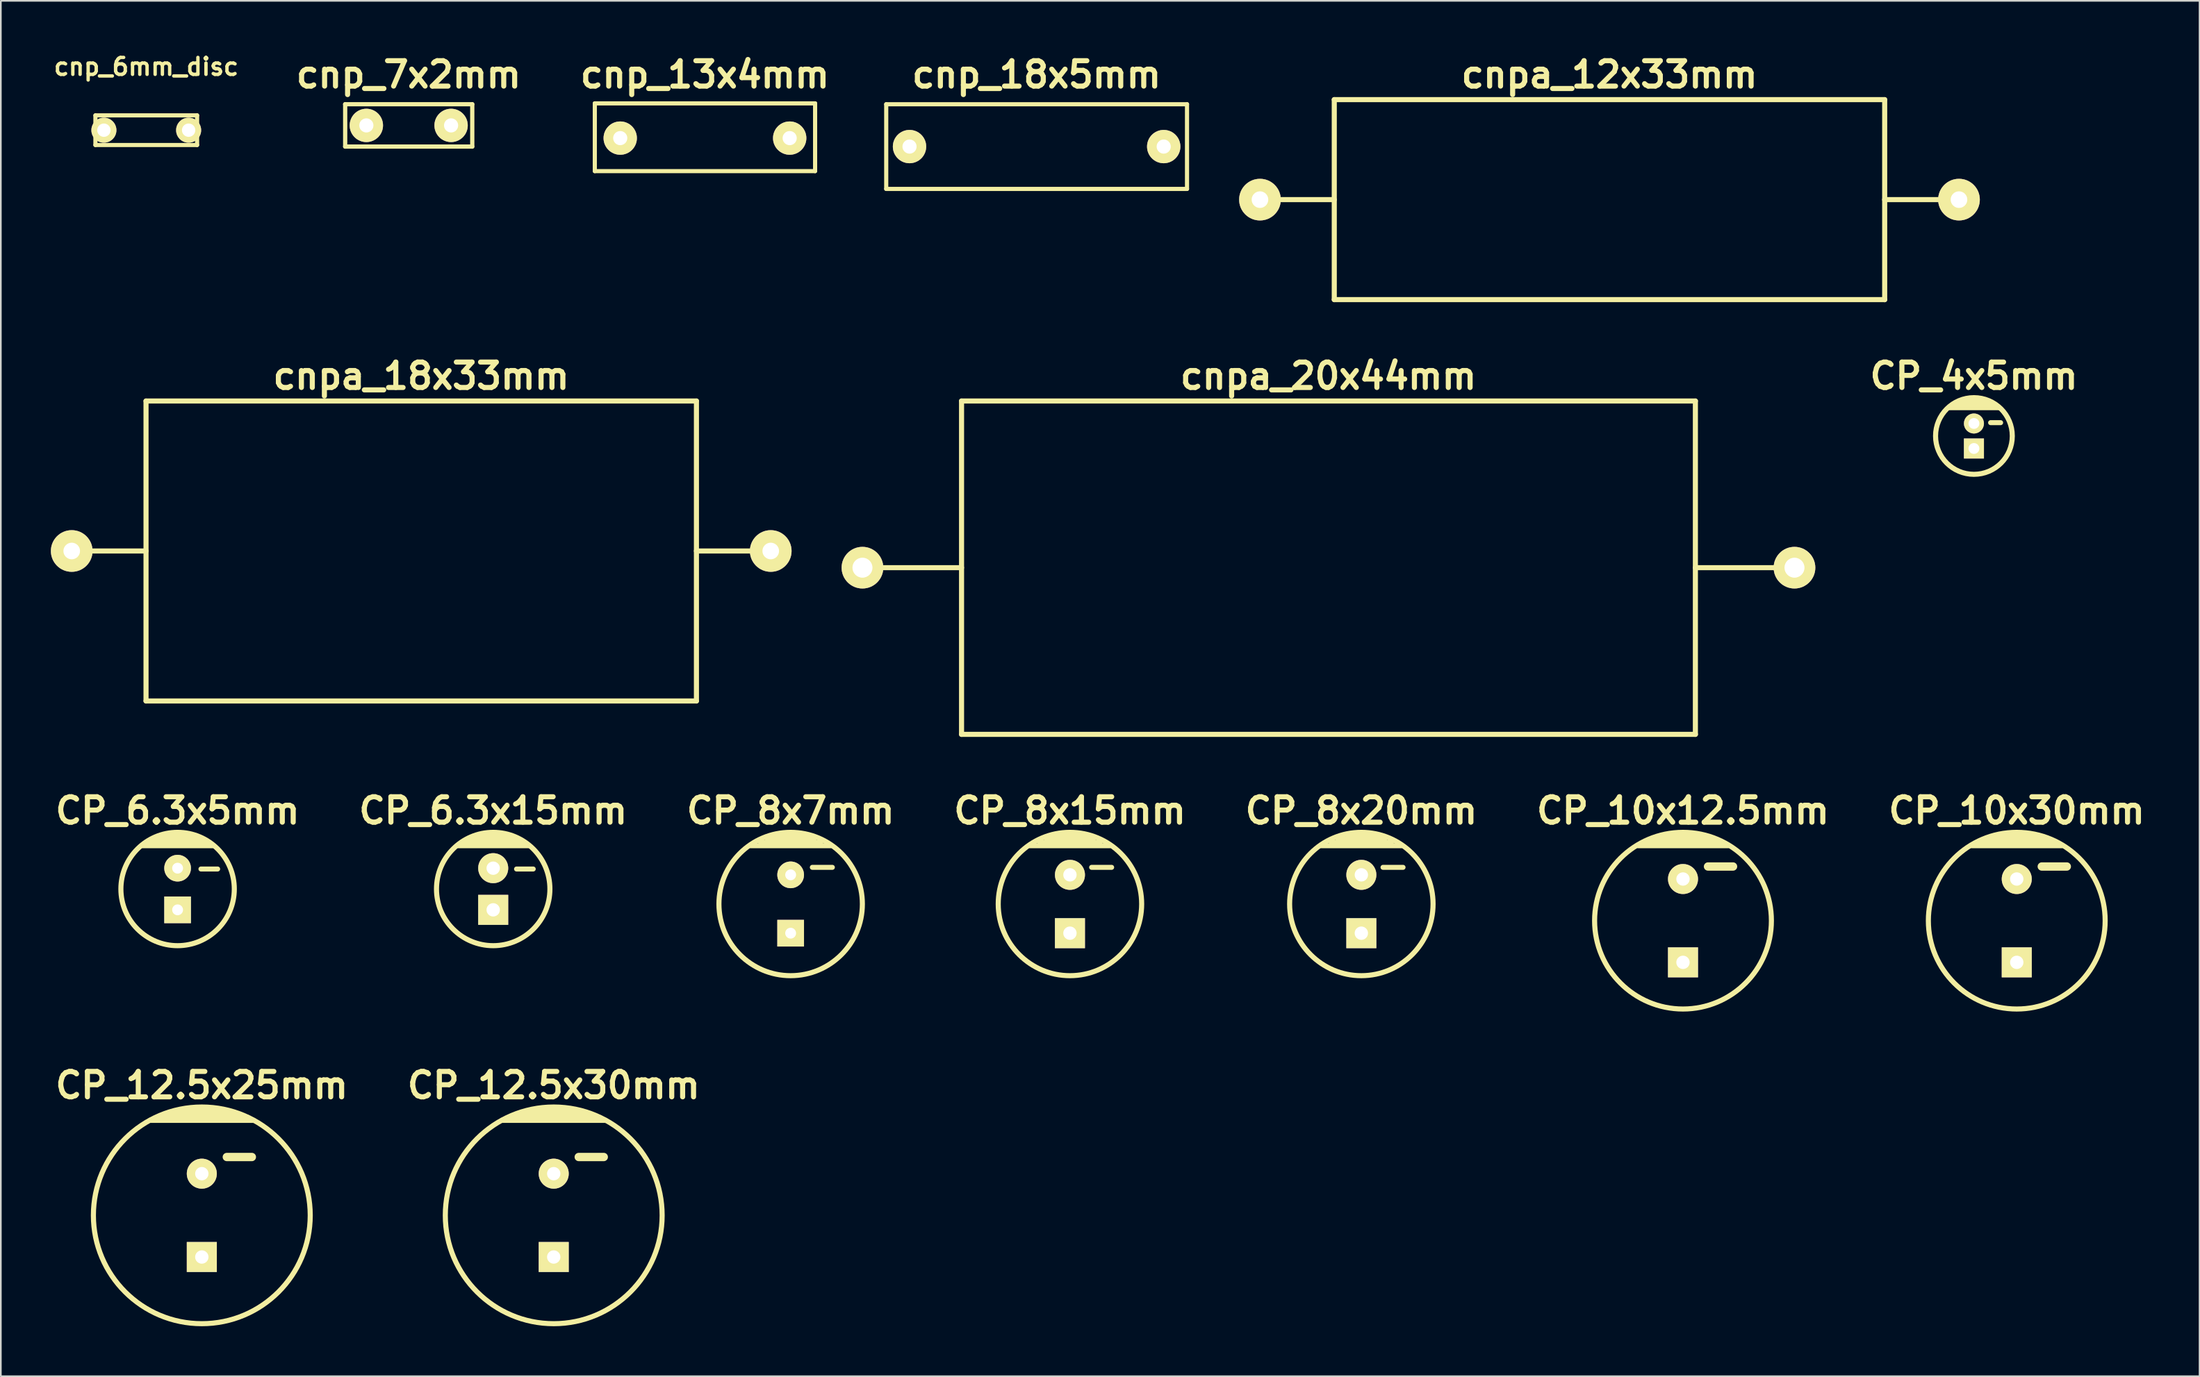
<source format=kicad_pcb>
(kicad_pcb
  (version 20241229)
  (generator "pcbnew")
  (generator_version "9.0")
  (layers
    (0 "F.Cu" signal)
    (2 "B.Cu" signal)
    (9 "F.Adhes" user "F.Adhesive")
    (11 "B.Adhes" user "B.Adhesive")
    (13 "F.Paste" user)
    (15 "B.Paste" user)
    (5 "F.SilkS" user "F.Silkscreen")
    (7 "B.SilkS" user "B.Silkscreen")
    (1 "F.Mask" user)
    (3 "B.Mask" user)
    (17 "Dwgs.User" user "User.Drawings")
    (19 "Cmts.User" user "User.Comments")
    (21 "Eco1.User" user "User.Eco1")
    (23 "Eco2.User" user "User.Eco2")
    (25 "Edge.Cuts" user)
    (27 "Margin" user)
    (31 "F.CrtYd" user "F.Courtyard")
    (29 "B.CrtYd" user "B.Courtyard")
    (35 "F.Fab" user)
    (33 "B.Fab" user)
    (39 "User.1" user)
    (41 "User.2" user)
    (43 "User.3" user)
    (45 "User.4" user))
  (footprint "CP_10x30mm"
    (layer "F.Cu")
    (at 117.866 52.188)
    (property "Reference" "CP_10x30mm" (at 0 -6.6 0) (layer "F.SilkS") (effects (font (size 1.524 1.524) (thickness 0.305))))
    (attr through_hole)
    (fp_line (start -2.7 -4.5) (end 2.7 -4.5) (stroke (width 0.305) (type solid)) (layer "F.SilkS"))
    (fp_line (start -1.3 -5.1) (end 1.3 -5.1) (stroke (width 0.305) (type solid)) (layer "F.SilkS"))
    (fp_line (start 1.5 -3.25) (end 3 -3.25) (stroke (width 0.5) (type solid)) (layer "F.SilkS"))
    (fp_line (start 1.9 -4.9) (end -1.9 -4.9) (stroke (width 0.305) (type solid)) (layer "F.SilkS"))
    (fp_line (start 2.3 -4.7) (end -2.3 -4.7) (stroke (width 0.305) (type solid)) (layer "F.SilkS"))
    (fp_circle (center 0 0) (end -5.3 0) (stroke (width 0.305) (type solid)) (fill no) (layer "F.SilkS"))
    (pad "1" thru_hole rect (at 0 2.5) (size 1.8 1.8) (drill 0.8) (layers "*.Cu" "*.Mask" "F.SilkS"))
    (pad "2" thru_hole circle (at 0 -2.5) (size 1.8 1.8) (drill 0.8) (layers "*.Cu" "*.Mask" "F.SilkS")))
  (footprint "cnp_7x2mm"
    (layer "F.Cu")
    (at 21.455 4.474)
    (property "Reference" "cnp_7x2mm" (at 0 -3.048 0) (layer "F.SilkS") (effects (font (size 1.524 1.524) (thickness 0.305))))
    (attr through_hole)
    (fp_line (start -3.81 -1.27) (end 3.81 -1.27) (stroke (width 0.254) (type solid)) (layer "F.SilkS"))
    (fp_line (start -3.81 1.27) (end -3.81 -1.27) (stroke (width 0.254) (type solid)) (layer "F.SilkS"))
    (fp_line (start 3.81 -1.27) (end 3.81 1.27) (stroke (width 0.254) (type solid)) (layer "F.SilkS"))
    (fp_line (start 3.81 1.27) (end -3.81 1.27) (stroke (width 0.254) (type solid)) (layer "F.SilkS"))
    (pad "1" thru_hole circle (at -2.54 0) (size 1.999 1.999) (drill 0.848) (layers "*.Cu" "*.Mask" "F.SilkS"))
    (pad "2" thru_hole circle (at 2.54 0) (size 1.999 1.999) (drill 0.848) (layers "*.Cu" "*.Mask" "F.SilkS")))
  (footprint "CP_8x7mm"
    (layer "F.Cu")
    (at 44.354 51.188)
    (property "Reference" "CP_8x7mm" (at 0 -5.6 0) (layer "F.SilkS") (effects (font (size 1.524 1.524) (thickness 0.305))))
    (attr through_hole)
    (fp_line (start -2.4 -3.5) (end 2.4 -3.5) (stroke (width 0.305) (type solid)) (layer "F.SilkS"))
    (fp_line (start -1.8 -3.7) (end 1.8 -3.7) (stroke (width 0.305) (type solid)) (layer "F.SilkS"))
    (fp_line (start -1.4 -3.9) (end 1.4 -3.9) (stroke (width 0.305) (type solid)) (layer "F.SilkS"))
    (fp_line (start -0.8 -4.1) (end 0.9 -4.1) (stroke (width 0.305) (type solid)) (layer "F.SilkS"))
    (fp_line (start 1.3 -2.2) (end 2.5 -2.2) (stroke (width 0.3) (type solid)) (layer "F.SilkS"))
    (fp_circle (center 0 0) (end -4.3 0) (stroke (width 0.305) (type solid)) (fill no) (layer "F.SilkS"))
    (pad "1" thru_hole rect (at 0 1.75) (size 1.6 1.6) (drill 0.65) (layers "*.Cu" "*.Mask" "F.SilkS"))
    (pad "2" thru_hole circle (at 0 -1.75) (size 1.6 1.6) (drill 0.65) (layers "*.Cu" "*.Mask" "F.SilkS")))
  (footprint "CP_8x15mm"
    (layer "F.Cu")
    (at 61.099 51.188)
    (property "Reference" "CP_8x15mm" (at 0 -5.6 0) (layer "F.SilkS") (effects (font (size 1.524 1.524) (thickness 0.305))))
    (attr through_hole)
    (fp_line (start -2.4 -3.5) (end 2.4 -3.5) (stroke (width 0.305) (type solid)) (layer "F.SilkS"))
    (fp_line (start -1.8 -3.7) (end 1.8 -3.7) (stroke (width 0.305) (type solid)) (layer "F.SilkS"))
    (fp_line (start -1.4 -3.9) (end 1.4 -3.9) (stroke (width 0.305) (type solid)) (layer "F.SilkS"))
    (fp_line (start -0.8 -4.1) (end 0.9 -4.1) (stroke (width 0.305) (type solid)) (layer "F.SilkS"))
    (fp_line (start 1.3 -2.2) (end 2.5 -2.2) (stroke (width 0.3) (type solid)) (layer "F.SilkS"))
    (fp_circle (center 0 0) (end -4.3 0) (stroke (width 0.305) (type solid)) (fill no) (layer "F.SilkS"))
    (pad "1" thru_hole rect (at 0 1.75) (size 1.8 1.8) (drill 0.8) (layers "*.Cu" "*.Mask" "F.SilkS"))
    (pad "2" thru_hole circle (at 0 -1.75) (size 1.8 1.8) (drill 0.8) (layers "*.Cu" "*.Mask" "F.SilkS")))
  (footprint "cnp_18x5mm"
    (layer "F.Cu")
    (at 59.101 5.744)
    (property "Reference" "cnp_18x5mm" (at 0 -4.318 0) (layer "F.SilkS") (effects (font (size 1.524 1.524) (thickness 0.305))))
    (attr through_hole)
    (fp_line (start -9.017 -2.54) (end -9.017 2.54) (stroke (width 0.249) (type solid)) (layer "F.SilkS"))
    (fp_line (start -9.017 2.54) (end 9.017 2.54) (stroke (width 0.249) (type solid)) (layer "F.SilkS"))
    (fp_line (start 9.017 -2.54) (end -9.017 -2.54) (stroke (width 0.249) (type solid)) (layer "F.SilkS"))
    (fp_line (start 9.017 2.54) (end 9.017 -2.54) (stroke (width 0.249) (type solid)) (layer "F.SilkS"))
    (pad "1" thru_hole circle (at -7.62 0) (size 1.999 1.999) (drill 0.848) (layers "*.Cu" "*.Mask" "F.SilkS"))
    (pad "2" thru_hole circle (at 7.62 0) (size 1.999 1.999) (drill 0.848) (layers "*.Cu" "*.Mask" "F.SilkS")))
  (footprint "cnpa_12x33mm"
    (layer "F.Cu")
    (at 93.447 8.927)
    (property "Reference" "cnpa_12x33mm" (at 0 -7.501 0) (layer "F.SilkS") (effects (font (size 1.524 1.524) (thickness 0.305))))
    (attr through_hole)
    (fp_line (start -16.5 -5.999) (end 16.5 -5.999) (stroke (width 0.305) (type solid)) (layer "F.SilkS"))
    (fp_line (start -16.5 0) (end -21.001 0) (stroke (width 0.305) (type solid)) (layer "F.SilkS"))
    (fp_line (start -16.5 5.999) (end -16.5 -5.999) (stroke (width 0.305) (type solid)) (layer "F.SilkS"))
    (fp_line (start 16.5 5.999) (end -16.5 5.999) (stroke (width 0.305) (type solid)) (layer "F.SilkS"))
    (fp_line (start 16.5 6.002) (end 16.5 -5.997) (stroke (width 0.305) (type solid)) (layer "F.SilkS"))
    (fp_line (start 20.998 0) (end 16.497 0) (stroke (width 0.305) (type solid)) (layer "F.SilkS"))
    (pad "1" thru_hole circle (at 20.955 0) (size 2.499 2.499) (drill 0.996) (layers "*.Cu" "*.Mask" "F.SilkS"))
    (pad "2" thru_hole circle (at -20.955 0) (size 2.499 2.499) (drill 0.996) (layers "*.Cu" "*.Mask" "F.SilkS")))
  (footprint "CP_6.3x15mm"
    (layer "F.Cu")
    (at 26.52 50.288)
    (property "Reference" "CP_6.3x15mm" (at 0 -4.7 0) (layer "F.SilkS") (effects (font (size 1.524 1.524) (thickness 0.305))))
    (attr through_hole)
    (fp_line (start -2.1 -2.6) (end 2.1 -2.6) (stroke (width 0.305) (type solid)) (layer "F.SilkS"))
    (fp_line (start -1.8 -2.8) (end 1.8 -2.8) (stroke (width 0.305) (type solid)) (layer "F.SilkS"))
    (fp_line (start -1.4 -3) (end 1.4 -3) (stroke (width 0.305) (type solid)) (layer "F.SilkS"))
    (fp_line (start -0.8 -3.2) (end 0.9 -3.2) (stroke (width 0.305) (type solid)) (layer "F.SilkS"))
    (fp_line (start 1.4 -1.2) (end 2.4 -1.2) (stroke (width 0.3) (type solid)) (layer "F.SilkS"))
    (fp_circle (center 0 0) (end -3.4 0) (stroke (width 0.305) (type solid)) (fill no) (layer "F.SilkS"))
    (pad "1" thru_hole rect (at 0 1.25) (size 1.8 1.8) (drill 0.8) (layers "*.Cu" "*.Mask" "F.SilkS"))
    (pad "2" thru_hole circle (at 0 -1.25) (size 1.8 1.8) (drill 0.8) (layers "*.Cu" "*.Mask" "F.SilkS")))
  (footprint "cnp_6mm_disc"
    (layer "F.Cu")
    (at 5.719 4.761)
    (property "Reference" "cnp_6mm_disc" (at 0 -3.81 0) (layer "F.SilkS") (effects (font (size 1.016 1.016) (thickness 0.203))))
    (attr through_hole)
    (fp_line (start -3.048 -0.889) (end -3.048 0.889) (stroke (width 0.249) (type solid)) (layer "F.SilkS"))
    (fp_line (start -3.048 0.889) (end 3.048 0.889) (stroke (width 0.249) (type solid)) (layer "F.SilkS"))
    (fp_line (start 3.048 -0.889) (end -3.048 -0.889) (stroke (width 0.249) (type solid)) (layer "F.SilkS"))
    (fp_line (start 3.048 0.889) (end 3.048 -0.889) (stroke (width 0.249) (type solid)) (layer "F.SilkS"))
    (pad "1" thru_hole circle (at -2.54 0) (size 1.501 1.501) (drill 0.8) (layers "*.Cu" "*.Mask" "F.SilkS"))
    (pad "2" thru_hole circle (at 2.54 0) (size 1.501 1.501) (drill 0.8) (layers "*.Cu" "*.Mask" "F.SilkS")))
  (footprint "CP_6.3x5mm"
    (layer "F.Cu")
    (at 7.598 50.288)
    (property "Reference" "CP_6.3x5mm" (at 0 -4.7 0) (layer "F.SilkS") (effects (font (size 1.524 1.524) (thickness 0.305))))
    (attr through_hole)
    (fp_line (start -2.1 -2.6) (end 2.1 -2.6) (stroke (width 0.305) (type solid)) (layer "F.SilkS"))
    (fp_line (start -1.8 -2.8) (end 1.8 -2.8) (stroke (width 0.305) (type solid)) (layer "F.SilkS"))
    (fp_line (start -1.4 -3) (end 1.4 -3) (stroke (width 0.305) (type solid)) (layer "F.SilkS"))
    (fp_line (start -0.8 -3.2) (end 0.9 -3.2) (stroke (width 0.305) (type solid)) (layer "F.SilkS"))
    (fp_line (start 1.4 -1.2) (end 2.4 -1.2) (stroke (width 0.3) (type solid)) (layer "F.SilkS"))
    (fp_circle (center 0 0) (end -3.4 0) (stroke (width 0.305) (type solid)) (fill no) (layer "F.SilkS"))
    (pad "1" thru_hole rect (at 0 1.25) (size 1.6 1.6) (drill 0.65) (layers "*.Cu" "*.Mask" "F.SilkS"))
    (pad "2" thru_hole circle (at 0 -1.25) (size 1.6 1.6) (drill 0.65) (layers "*.Cu" "*.Mask" "F.SilkS")))
  (footprint "CP_4x5mm"
    (layer "F.Cu")
    (at 115.298 23.108)
    (property "Reference" "CP_4x5mm" (at 0 -3.6 0) (layer "F.SilkS") (effects (font (size 1.524 1.524) (thickness 0.305))))
    (attr through_hole)
    (fp_line (start -1.5 -1.7) (end 1.5 -1.7) (stroke (width 0.305) (type solid)) (layer "F.SilkS"))
    (fp_line (start -1.2 -1.9) (end 1.2 -1.9) (stroke (width 0.305) (type solid)) (layer "F.SilkS"))
    (fp_line (start -0.7 -2.1) (end 0.7 -2.1) (stroke (width 0.305) (type solid)) (layer "F.SilkS"))
    (fp_line (start 1 -0.8) (end 1.6 -0.8) (stroke (width 0.3) (type solid)) (layer "F.SilkS"))
    (fp_circle (center 0 0) (end -2.3 0) (stroke (width 0.305) (type solid)) (fill no) (layer "F.SilkS"))
    (pad "1" thru_hole rect (at 0 0.75) (size 1.2 1.2) (drill 0.65) (layers "*.Cu" "*.Mask" "F.SilkS"))
    (pad "2" thru_hole circle (at 0 -0.75) (size 1.2 1.2) (drill 0.65) (layers "*.Cu" "*.Mask" "F.SilkS")))
  (footprint "CP_12.5x30mm"
    (layer "F.Cu")
    (at 30.149 69.867)
    (property "Reference" "CP_12.5x30mm" (at 0 -7.8 0) (layer "F.SilkS") (effects (font (size 1.524 1.524) (thickness 0.305))))
    (attr through_hole)
    (fp_line (start -3.1 -5.7) (end 3.1 -5.7) (stroke (width 0.305) (type solid)) (layer "F.SilkS"))
    (fp_line (start -1.4 -6.3) (end 1.4 -6.3) (stroke (width 0.305) (type solid)) (layer "F.SilkS"))
    (fp_line (start 1.5 -3.5) (end 3 -3.5) (stroke (width 0.5) (type solid)) (layer "F.SilkS"))
    (fp_line (start 2 -6.1) (end -2 -6.1) (stroke (width 0.305) (type solid)) (layer "F.SilkS"))
    (fp_line (start 2.4 -5.9) (end -2.4 -5.9) (stroke (width 0.305) (type solid)) (layer "F.SilkS"))
    (fp_circle (center 0 0) (end -6.5 0) (stroke (width 0.305) (type solid)) (fill no) (layer "F.SilkS"))
    (pad "1" thru_hole rect (at 0 2.5) (size 1.8 1.8) (drill 0.8) (layers "*.Cu" "*.Mask" "F.SilkS"))
    (pad "2" thru_hole circle (at 0 -2.5) (size 1.8 1.8) (drill 0.8) (layers "*.Cu" "*.Mask" "F.SilkS")))
  (footprint "CP_10x12.5mm"
    (layer "F.Cu")
    (at 97.855 52.188)
    (property "Reference" "CP_10x12.5mm" (at 0 -6.6 0) (layer "F.SilkS") (effects (font (size 1.524 1.524) (thickness 0.305))))
    (attr through_hole)
    (fp_line (start -2.7 -4.5) (end 2.7 -4.5) (stroke (width 0.305) (type solid)) (layer "F.SilkS"))
    (fp_line (start -1.3 -5.1) (end 1.3 -5.1) (stroke (width 0.305) (type solid)) (layer "F.SilkS"))
    (fp_line (start 1.5 -3.25) (end 3 -3.25) (stroke (width 0.5) (type solid)) (layer "F.SilkS"))
    (fp_line (start 1.9 -4.9) (end -1.9 -4.9) (stroke (width 0.305) (type solid)) (layer "F.SilkS"))
    (fp_line (start 2.3 -4.7) (end -2.3 -4.7) (stroke (width 0.305) (type solid)) (layer "F.SilkS"))
    (fp_circle (center 0 0) (end -5.3 0) (stroke (width 0.305) (type solid)) (fill no) (layer "F.SilkS"))
    (pad "1" thru_hole rect (at 0 2.5) (size 1.8 1.8) (drill 0.8) (layers "*.Cu" "*.Mask" "F.SilkS"))
    (pad "2" thru_hole circle (at 0 -2.5) (size 1.8 1.8) (drill 0.8) (layers "*.Cu" "*.Mask" "F.SilkS")))
  (footprint "cnp_13x4mm"
    (layer "F.Cu")
    (at 39.216 5.236)
    (property "Reference" "cnp_13x4mm" (at 0 -3.81 0) (layer "F.SilkS") (effects (font (size 1.524 1.524) (thickness 0.305))))
    (attr through_hole)
    (fp_line (start -6.604 -2.083) (end -6.604 1.981) (stroke (width 0.249) (type solid)) (layer "F.SilkS"))
    (fp_line (start -6.604 -2.083) (end 6.604 -2.083) (stroke (width 0.249) (type solid)) (layer "F.SilkS"))
    (fp_line (start 6.604 1.981) (end -6.604 1.981) (stroke (width 0.249) (type solid)) (layer "F.SilkS"))
    (fp_line (start 6.604 1.981) (end 6.604 -2.083) (stroke (width 0.249) (type solid)) (layer "F.SilkS"))
    (pad "1" thru_hole circle (at -5.08 0) (size 1.999 1.999) (drill 0.848) (layers "*.Cu" "*.Mask" "F.SilkS"))
    (pad "2" thru_hole circle (at 5.08 0) (size 1.999 1.999) (drill 0.848) (layers "*.Cu" "*.Mask" "F.SilkS")))
  (footprint "CP_12.5x25mm"
    (layer "F.Cu")
    (at 9.05 69.867)
    (property "Reference" "CP_12.5x25mm" (at 0 -7.8 0) (layer "F.SilkS") (effects (font (size 1.524 1.524) (thickness 0.305))))
    (attr through_hole)
    (fp_line (start -3.1 -5.7) (end 3.1 -5.7) (stroke (width 0.305) (type solid)) (layer "F.SilkS"))
    (fp_line (start -1.4 -6.3) (end 1.4 -6.3) (stroke (width 0.305) (type solid)) (layer "F.SilkS"))
    (fp_line (start 1.5 -3.5) (end 3 -3.5) (stroke (width 0.5) (type solid)) (layer "F.SilkS"))
    (fp_line (start 2 -6.1) (end -2 -6.1) (stroke (width 0.305) (type solid)) (layer "F.SilkS"))
    (fp_line (start 2.4 -5.9) (end -2.4 -5.9) (stroke (width 0.305) (type solid)) (layer "F.SilkS"))
    (fp_circle (center 0 0) (end -6.5 0) (stroke (width 0.305) (type solid)) (fill no) (layer "F.SilkS"))
    (pad "1" thru_hole rect (at 0 2.5) (size 1.8 1.8) (drill 0.8) (layers "*.Cu" "*.Mask" "F.SilkS"))
    (pad "2" thru_hole circle (at 0 -2.5) (size 1.8 1.8) (drill 0.8) (layers "*.Cu" "*.Mask" "F.SilkS")))
  (footprint "CP_8x20mm"
    (layer "F.Cu")
    (at 78.57 51.188)
    (property "Reference" "CP_8x20mm" (at 0 -5.6 0) (layer "F.SilkS") (effects (font (size 1.524 1.524) (thickness 0.305))))
    (attr through_hole)
    (fp_line (start -2.4 -3.5) (end 2.4 -3.5) (stroke (width 0.305) (type solid)) (layer "F.SilkS"))
    (fp_line (start -1.8 -3.7) (end 1.8 -3.7) (stroke (width 0.305) (type solid)) (layer "F.SilkS"))
    (fp_line (start -1.4 -3.9) (end 1.4 -3.9) (stroke (width 0.305) (type solid)) (layer "F.SilkS"))
    (fp_line (start -0.8 -4.1) (end 0.9 -4.1) (stroke (width 0.305) (type solid)) (layer "F.SilkS"))
    (fp_line (start 1.3 -2.2) (end 2.5 -2.2) (stroke (width 0.3) (type solid)) (layer "F.SilkS"))
    (fp_circle (center 0 0) (end -4.3 0) (stroke (width 0.305) (type solid)) (fill no) (layer "F.SilkS"))
    (pad "1" thru_hole rect (at 0 1.75) (size 1.8 1.8) (drill 0.8) (layers "*.Cu" "*.Mask" "F.SilkS"))
    (pad "2" thru_hole circle (at 0 -1.75) (size 1.8 1.8) (drill 0.8) (layers "*.Cu" "*.Mask" "F.SilkS")))
  (footprint "cnpa_20x44mm"
    (layer "F.Cu")
    (at 76.599 31.009)
    (property "Reference" "cnpa_20x44mm" (at 0 -11.501 0) (layer "F.SilkS") (effects (font (size 1.524 1.524) (thickness 0.305))))
    (attr through_hole)
    (fp_line (start -21.999 -10) (end -21.999 10) (stroke (width 0.305) (type solid)) (layer "F.SilkS"))
    (fp_line (start -21.999 0) (end -28.001 0) (stroke (width 0.305) (type solid)) (layer "F.SilkS"))
    (fp_line (start -21.999 10) (end 21.999 10) (stroke (width 0.305) (type solid)) (layer "F.SilkS"))
    (fp_line (start 21.999 -10) (end -21.999 -10) (stroke (width 0.305) (type solid)) (layer "F.SilkS"))
    (fp_line (start 21.999 0) (end 28.001 0) (stroke (width 0.305) (type solid)) (layer "F.SilkS"))
    (fp_line (start 21.999 10) (end 21.999 -10) (stroke (width 0.305) (type solid)) (layer "F.SilkS"))
    (pad "1" thru_hole circle (at 27.94 0) (size 2.499 2.499) (drill 1.199) (layers "*.Cu" "*.Mask" "F.SilkS"))
    (pad "2" thru_hole circle (at -27.94 0) (size 2.499 2.499) (drill 1.199) (layers "*.Cu" "*.Mask" "F.SilkS")))
  (footprint "cnpa_18x33mm"
    (layer "F.Cu")
    (at 22.205 30.008)
    (property "Reference" "cnpa_18x33mm" (at 0 -10.5 0) (layer "F.SilkS") (effects (font (size 1.524 1.524) (thickness 0.305))))
    (attr through_hole)
    (fp_line (start -16.5 -8.999) (end -16.5 8.999) (stroke (width 0.305) (type solid)) (layer "F.SilkS"))
    (fp_line (start -16.5 -8.999) (end 16.5 -8.999) (stroke (width 0.305) (type solid)) (layer "F.SilkS"))
    (fp_line (start -16.5 0) (end -21.001 0) (stroke (width 0.305) (type solid)) (layer "F.SilkS"))
    (fp_line (start 16.5 8.999) (end -16.5 8.999) (stroke (width 0.305) (type solid)) (layer "F.SilkS"))
    (fp_line (start 16.5 8.999) (end 16.5 -8.999) (stroke (width 0.305) (type solid)) (layer "F.SilkS"))
    (fp_line (start 20.998 0) (end 16.497 0) (stroke (width 0.305) (type solid)) (layer "F.SilkS"))
    (pad "1" thru_hole circle (at 20.955 0) (size 2.499 2.499) (drill 0.996) (layers "*.Cu" "*.Mask" "F.SilkS"))
    (pad "2" thru_hole circle (at -20.955 0) (size 2.499 2.499) (drill 0.996) (layers "*.Cu" "*.Mask" "F.SilkS")))
  (gr_rect
    (start -3 -3)
    (end 128.827 79.519)
    (stroke (width 0.1) (type default))
    (fill no)
    (layer "Edge.Cuts")))
</source>
